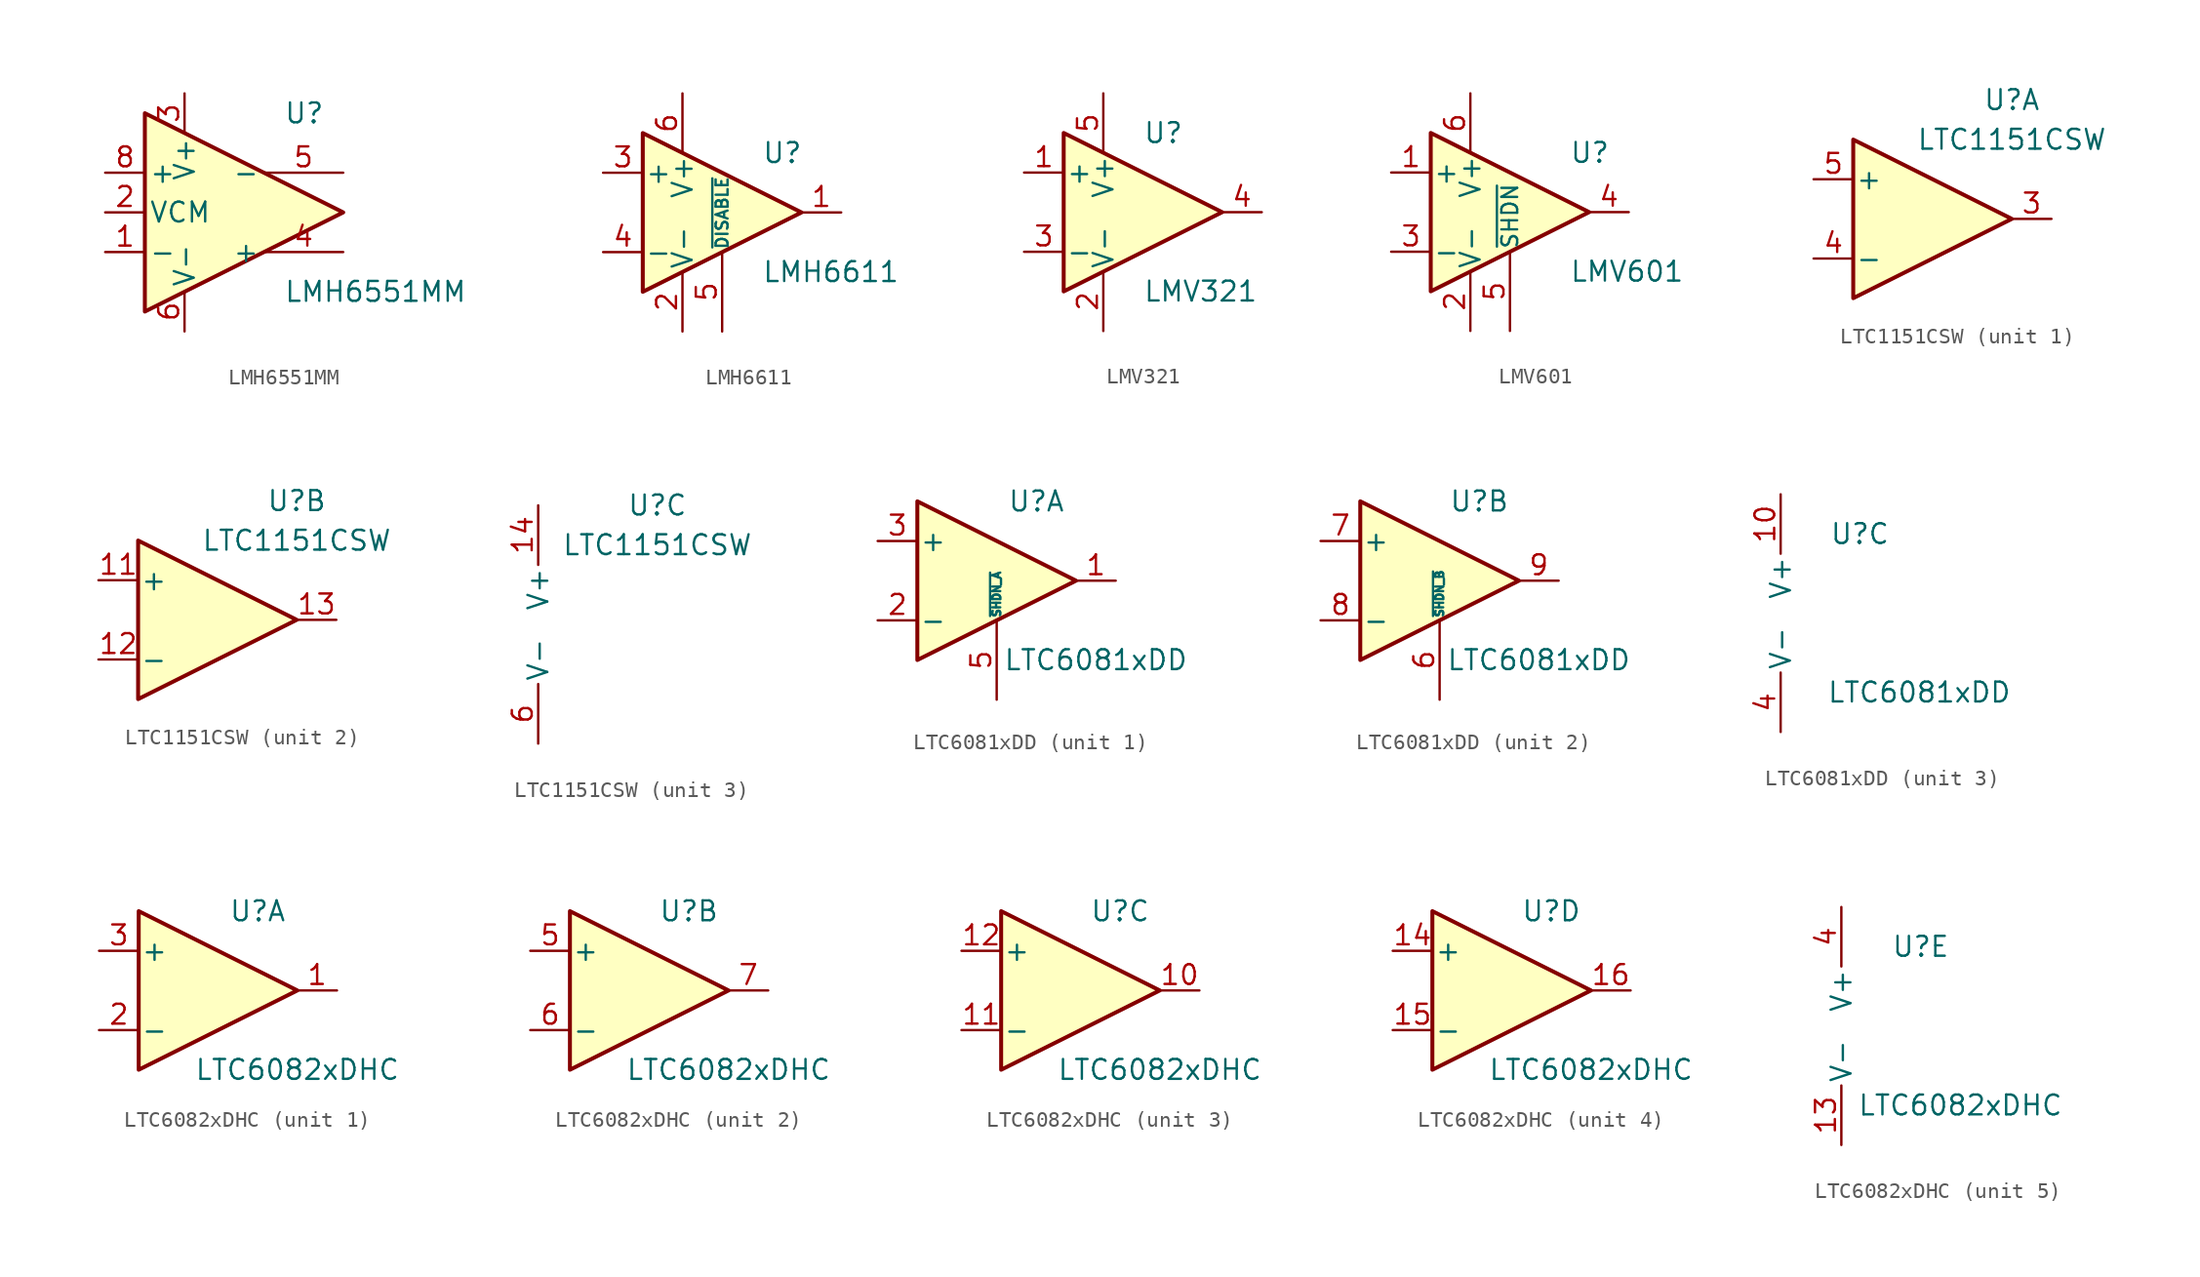
<source format=kicad_sym>
(kicad_symbol_lib
  (version 20231120)
  (generator "kicad_symbol_editor")
  (generator_version "8.0")
  (symbol "LMH6551MM"
    (pin_names
      (offset 0.254))
    (property "Reference" "U"
      (at 3.81 6.35 0)
      (effects (font (size 1.27 1.27)) (justify left)))
    (property "Value" "LMH6551MM"
      (at 3.81 -5.08 0)
      (effects (font (size 1.27 1.27)) (justify left)))
    (symbol "LMH6551MM_0_1"
      (polyline (pts (xy 7.62 0) (xy -5.08 6.35) (xy -5.08 -6.35) (xy 7.62 0)) (stroke (width 0.254) (type default)) (fill (type background))))
    (symbol "LMH6551MM_1_1"
      (pin input line (at -7.62 -2.54 0) (length 2.54) (name "-" (effects (font (size 1.27 1.27)))) (number "1" (effects (font (size 1.27 1.27)))))
      (pin input line (at -7.62 0 0) (length 2.54) (name "VCM" (effects (font (size 1.27 1.27)))) (number "2" (effects (font (size 1.27 1.27)))))
      (pin power_in line (at -2.54 7.62 270) (length 2.54) (name "V+" (effects (font (size 1.27 1.27)))) (number "3" (effects (font (size 1.27 1.27)))))
      (pin output line (at 7.62 -2.54 180) (length 5.08) (name "+" (effects (font (size 1.27 1.27)))) (number "4" (effects (font (size 1.27 1.27)))))
      (pin output line (at 7.62 2.54 180) (length 5.08) (name "-" (effects (font (size 1.27 1.27)))) (number "5" (effects (font (size 1.27 1.27)))))
      (pin power_in line (at -2.54 -7.62 90) (length 2.54) (name "V-" (effects (font (size 1.27 1.27)))) (number "6" (effects (font (size 1.27 1.27)))))
      (pin no_connect line (at 5.08 0 180) (length 2.54) hide (name "NC" (effects (font (size 1.27 1.27)))) (number "7" (effects (font (size 1.27 1.27)))))
      (pin input line (at -7.62 2.54 0) (length 2.54) (name "+" (effects (font (size 1.27 1.27)))) (number "8" (effects (font (size 1.27 1.27)))))))
  (symbol "LMH6611"
    (pin_names
      (offset 0.127))
    (property "Reference" "U"
      (at 2.54 3.81 0)
      (effects (font (size 1.27 1.27)) (justify left)))
    (property "Value" "LMH6611"
      (at 2.54 -3.81 0)
      (effects (font (size 1.27 1.27)) (justify left)))
    (symbol "LMH6611_0_1"
      (polyline (pts (xy -5.08 5.08) (xy 5.08 0) (xy -5.08 -5.08) (xy -5.08 5.08)) (stroke (width 0.254) (type default)) (fill (type background))))
    (symbol "LMH6611_1_1"
      (pin output line (at 7.62 0 180) (length 2.54) (name "~" (effects (font (size 1.27 1.27)))) (number "1" (effects (font (size 1.27 1.27)))))
      (pin power_in line (at -2.54 -7.62 90) (length 3.81) (name "V-" (effects (font (size 1.27 1.27)))) (number "2" (effects (font (size 1.27 1.27)))))
      (pin input line (at -7.62 2.54 0) (length 2.54) (name "+" (effects (font (size 1.27 1.27)))) (number "3" (effects (font (size 1.27 1.27)))))
      (pin input line (at -7.62 -2.54 0) (length 2.54) (name "-" (effects (font (size 1.27 1.27)))) (number "4" (effects (font (size 1.27 1.27)))))
      (pin input line (at 0 -7.62 90) (length 5.08) (name "~{DISABLE}" (effects (font (size 0.762 0.762)))) (number "5" (effects (font (size 1.27 1.27)))))
      (pin power_in line (at -2.54 7.62 270) (length 3.81) (name "V+" (effects (font (size 1.27 1.27)))) (number "6" (effects (font (size 1.27 1.27)))))))
  (symbol "LMV321"
    (pin_names
      (offset 0.127))
    (property "Reference" "U"
      (at 0 5.08 0)
      (effects (font (size 1.27 1.27)) (justify left)))
    (property "Value" "LMV321"
      (at 0 -5.08 0)
      (effects (font (size 1.27 1.27)) (justify left)))
    (symbol "LMV321_0_1"
      (polyline (pts (xy -5.08 5.08) (xy 5.08 0) (xy -5.08 -5.08) (xy -5.08 5.08)) (stroke (width 0.254) (type default)) (fill (type background)))
      (pin power_in line (at -2.54 -7.62 90) (length 3.81) (name "V-" (effects (font (size 1.27 1.27)))) (number "2" (effects (font (size 1.27 1.27)))))
      (pin power_in line (at -2.54 7.62 270) (length 3.81) (name "V+" (effects (font (size 1.27 1.27)))) (number "5" (effects (font (size 1.27 1.27))))))
    (symbol "LMV321_1_1"
      (pin input line (at -7.62 2.54 0) (length 2.54) (name "+" (effects (font (size 1.27 1.27)))) (number "1" (effects (font (size 1.27 1.27)))))
      (pin input line (at -7.62 -2.54 0) (length 2.54) (name "-" (effects (font (size 1.27 1.27)))) (number "3" (effects (font (size 1.27 1.27)))))
      (pin output line (at 7.62 0 180) (length 2.54) (name "~" (effects (font (size 1.27 1.27)))) (number "4" (effects (font (size 1.27 1.27)))))))
  (symbol "LMV601"
    (pin_names
      (offset 0.127))
    (property "Reference" "U"
      (at 3.81 3.81 0)
      (effects (font (size 1.27 1.27)) (justify left)))
    (property "Value" "LMV601"
      (at 3.81 -3.81 0)
      (effects (font (size 1.27 1.27)) (justify left)))
    (symbol "LMV601_0_1"
      (polyline (pts (xy -5.08 5.08) (xy 5.08 0) (xy -5.08 -5.08) (xy -5.08 5.08)) (stroke (width 0.254) (type default)) (fill (type background))))
    (symbol "LMV601_1_1"
      (pin input line (at -7.62 2.54 0) (length 2.54) (name "+" (effects (font (size 1.27 1.27)))) (number "1" (effects (font (size 1.27 1.27)))))
      (pin power_in line (at -2.54 -7.62 90) (length 3.81) (name "V-" (effects (font (size 1.27 1.27)))) (number "2" (effects (font (size 1.27 1.27)))))
      (pin input line (at -7.62 -2.54 0) (length 2.54) (name "-" (effects (font (size 1.27 1.27)))) (number "3" (effects (font (size 1.27 1.27)))))
      (pin output line (at 7.62 0 180) (length 2.54) (name "~" (effects (font (size 1.27 1.27)))) (number "4" (effects (font (size 1.27 1.27)))))
      (pin input line (at 0 -7.62 90) (length 5.08) (name "~{SHDN}" (effects (font (size 1.016 1.016)))) (number "5" (effects (font (size 1.27 1.27)))))
      (pin power_in line (at -2.54 7.62 270) (length 3.81) (name "V+" (effects (font (size 1.27 1.27)))) (number "6" (effects (font (size 1.27 1.27)))))))
  (symbol "LTC1151CSW"
    (pin_names
      (offset 0.127))
    (property "Reference" "U"
      (at 5.08 7.62 0)
      (effects (font (size 1.27 1.27))))
    (property "Value" "LTC1151CSW"
      (at 5.08 5.08 0)
      (effects (font (size 1.27 1.27))))
    (property "ki_locked" ""
      (at 0 0 0)
      (effects (font (size 1.27 1.27))))
    (symbol "LTC1151CSW_1_1"
      (polyline (pts (xy -5.08 5.08) (xy -5.08 -5.08) (xy 5.08 0) (xy -5.08 5.08)) (stroke (width 0.254) (type default)) (fill (type background)))
      (pin no_connect line (at -2.54 -2.54 90) (length 2.54) hide (name "NC" (effects (font (size 1.27 1.27)))) (number "1" (effects (font (size 1.27 1.27)))))
      (pin no_connect line (at 0 -2.54 90) (length 2.54) hide (name "NC" (effects (font (size 1.27 1.27)))) (number "2" (effects (font (size 1.27 1.27)))))
      (pin output line (at 7.62 0 180) (length 2.54) (name "~" (effects (font (size 1.27 1.27)))) (number "3" (effects (font (size 1.27 1.27)))))
      (pin input line (at -7.62 -2.54 0) (length 2.54) (name "-" (effects (font (size 1.27 1.27)))) (number "4" (effects (font (size 1.27 1.27)))))
      (pin input line (at -7.62 2.54 0) (length 2.54) (name "+" (effects (font (size 1.27 1.27)))) (number "5" (effects (font (size 1.27 1.27)))))
      (pin no_connect line (at -2.54 2.54 270) (length 2.54) hide (name "NC" (effects (font (size 1.27 1.27)))) (number "7" (effects (font (size 1.27 1.27)))))
      (pin no_connect line (at 0 2.54 270) (length 2.54) hide (name "NC" (effects (font (size 1.27 1.27)))) (number "8" (effects (font (size 1.27 1.27))))))
    (symbol "LTC1151CSW_2_1"
      (polyline (pts (xy -5.08 5.08) (xy -5.08 -5.08) (xy 5.08 0) (xy -5.08 5.08)) (stroke (width 0.254) (type default)) (fill (type background)))
      (pin no_connect line (at 0 -2.54 90) (length 2.54) hide (name "NC" (effects (font (size 1.27 1.27)))) (number "10" (effects (font (size 1.27 1.27)))))
      (pin input line (at -7.62 2.54 0) (length 2.54) (name "+" (effects (font (size 1.27 1.27)))) (number "11" (effects (font (size 1.27 1.27)))))
      (pin input line (at -7.62 -2.54 0) (length 2.54) (name "-" (effects (font (size 1.27 1.27)))) (number "12" (effects (font (size 1.27 1.27)))))
      (pin output line (at 7.62 0 180) (length 2.54) (name "~" (effects (font (size 1.27 1.27)))) (number "13" (effects (font (size 1.27 1.27)))))
      (pin no_connect line (at -2.54 2.54 270) (length 2.54) hide (name "NC" (effects (font (size 1.27 1.27)))) (number "15" (effects (font (size 1.27 1.27)))))
      (pin no_connect line (at 0 2.54 270) (length 2.54) hide (name "NC" (effects (font (size 1.27 1.27)))) (number "16" (effects (font (size 1.27 1.27)))))
      (pin no_connect line (at -2.54 -2.54 90) (length 2.54) hide (name "NC" (effects (font (size 1.27 1.27)))) (number "9" (effects (font (size 1.27 1.27))))))
    (symbol "LTC1151CSW_3_1"
      (pin power_in line (at -2.54 7.62 270) (length 3.81) (name "V+" (effects (font (size 1.27 1.27)))) (number "14" (effects (font (size 1.27 1.27)))))
      (pin power_in line (at -2.54 -7.62 90) (length 3.81) (name "V-" (effects (font (size 1.27 1.27)))) (number "6" (effects (font (size 1.27 1.27)))))))
  (symbol "LTC6081xDD"
    (pin_names
      (offset 0.127))
    (property "Reference" "U"
      (at 2.54 5.08 0)
      (effects (font (size 1.27 1.27))))
    (property "Value" "LTC6081xDD"
      (at 6.35 -5.08 0)
      (effects (font (size 1.27 1.27))))
    (property "ki_locked" ""
      (at 0 0 0)
      (effects (font (size 1.27 1.27))))
    (symbol "LTC6081xDD_1_1"
      (polyline (pts (xy -5.08 5.08) (xy 5.08 0) (xy -5.08 -5.08) (xy -5.08 5.08)) (stroke (width 0.254) (type default)) (fill (type background)))
      (pin output line (at 7.62 0 180) (length 2.54) (name "~" (effects (font (size 1.27 1.27)))) (number "1" (effects (font (size 1.27 1.27)))))
      (pin input line (at -7.62 -2.54 0) (length 2.54) (name "-" (effects (font (size 1.27 1.27)))) (number "2" (effects (font (size 1.27 1.27)))))
      (pin input line (at -7.62 2.54 0) (length 2.54) (name "+" (effects (font (size 1.27 1.27)))) (number "3" (effects (font (size 1.27 1.27)))))
      (pin input line (at 0 -7.62 90) (length 5.08) (name "~{SHDN_A}" (effects (font (size 0.508 0.508)))) (number "5" (effects (font (size 1.27 1.27))))))
    (symbol "LTC6081xDD_2_1"
      (polyline (pts (xy -5.08 5.08) (xy 5.08 0) (xy -5.08 -5.08) (xy -5.08 5.08)) (stroke (width 0.254) (type default)) (fill (type background)))
      (pin input line (at 0 -7.62 90) (length 5.08) (name "~{SHDN_B}" (effects (font (size 0.508 0.508)))) (number "6" (effects (font (size 1.27 1.27)))))
      (pin input line (at -7.62 2.54 0) (length 2.54) (name "+" (effects (font (size 1.27 1.27)))) (number "7" (effects (font (size 1.27 1.27)))))
      (pin input line (at -7.62 -2.54 0) (length 2.54) (name "-" (effects (font (size 1.27 1.27)))) (number "8" (effects (font (size 1.27 1.27)))))
      (pin output line (at 7.62 0 180) (length 2.54) (name "~" (effects (font (size 1.27 1.27)))) (number "9" (effects (font (size 1.27 1.27))))))
    (symbol "LTC6081xDD_3_1"
      (pin power_in line (at -2.54 7.62 270) (length 3.81) (name "V+" (effects (font (size 1.27 1.27)))) (number "10" (effects (font (size 1.27 1.27)))))
      (pin passive line (at -2.54 -7.62 90) (length 3.81) hide (name "V-" (effects (font (size 1.27 1.27)))) (number "11" (effects (font (size 1.27 1.27)))))
      (pin power_in line (at -2.54 -7.62 90) (length 3.81) (name "V-" (effects (font (size 1.27 1.27)))) (number "4" (effects (font (size 1.27 1.27)))))))
  (symbol "LTC6082xDHC"
    (pin_names
      (offset 0.127))
    (property "Reference" "U"
      (at 2.54 5.08 0)
      (effects (font (size 1.27 1.27))))
    (property "Value" "LTC6082xDHC"
      (at 5.08 -5.08 0)
      (effects (font (size 1.27 1.27))))
    (property "ki_locked" ""
      (at 0 0 0)
      (effects (font (size 1.27 1.27))))
    (symbol "LTC6082xDHC_1_1"
      (polyline (pts (xy -5.08 5.08) (xy 5.08 0) (xy -5.08 -5.08) (xy -5.08 5.08)) (stroke (width 0.254) (type default)) (fill (type background)))
      (pin output line (at 7.62 0 180) (length 2.54) (name "~" (effects (font (size 1.27 1.27)))) (number "1" (effects (font (size 1.27 1.27)))))
      (pin input line (at -7.62 -2.54 0) (length 2.54) (name "-" (effects (font (size 1.27 1.27)))) (number "2" (effects (font (size 1.27 1.27)))))
      (pin input line (at -7.62 2.54 0) (length 2.54) (name "+" (effects (font (size 1.27 1.27)))) (number "3" (effects (font (size 1.27 1.27)))))
      (pin no_connect line (at -2.54 -2.54 90) (length 2.54) hide (name "NC" (effects (font (size 1.27 1.27)))) (number "8" (effects (font (size 1.27 1.27)))))
      (pin no_connect line (at 0 -2.54 90) (length 2.54) hide (name "NC" (effects (font (size 1.27 1.27)))) (number "9" (effects (font (size 1.27 1.27))))))
    (symbol "LTC6082xDHC_2_1"
      (polyline (pts (xy -5.08 5.08) (xy 5.08 0) (xy -5.08 -5.08) (xy -5.08 5.08)) (stroke (width 0.254) (type default)) (fill (type background)))
      (pin input line (at -7.62 2.54 0) (length 2.54) (name "+" (effects (font (size 1.27 1.27)))) (number "5" (effects (font (size 1.27 1.27)))))
      (pin input line (at -7.62 -2.54 0) (length 2.54) (name "-" (effects (font (size 1.27 1.27)))) (number "6" (effects (font (size 1.27 1.27)))))
      (pin output line (at 7.62 0 180) (length 2.54) (name "~" (effects (font (size 1.27 1.27)))) (number "7" (effects (font (size 1.27 1.27))))))
    (symbol "LTC6082xDHC_3_1"
      (polyline (pts (xy -5.08 5.08) (xy 5.08 0) (xy -5.08 -5.08) (xy -5.08 5.08)) (stroke (width 0.254) (type default)) (fill (type background)))
      (pin output line (at 7.62 0 180) (length 2.54) (name "~" (effects (font (size 1.27 1.27)))) (number "10" (effects (font (size 1.27 1.27)))))
      (pin input line (at -7.62 -2.54 0) (length 2.54) (name "-" (effects (font (size 1.27 1.27)))) (number "11" (effects (font (size 1.27 1.27)))))
      (pin input line (at -7.62 2.54 0) (length 2.54) (name "+" (effects (font (size 1.27 1.27)))) (number "12" (effects (font (size 1.27 1.27))))))
    (symbol "LTC6082xDHC_4_1"
      (polyline (pts (xy -5.08 5.08) (xy 5.08 0) (xy -5.08 -5.08) (xy -5.08 5.08)) (stroke (width 0.254) (type default)) (fill (type background)))
      (pin input line (at -7.62 2.54 0) (length 2.54) (name "+" (effects (font (size 1.27 1.27)))) (number "14" (effects (font (size 1.27 1.27)))))
      (pin input line (at -7.62 -2.54 0) (length 2.54) (name "-" (effects (font (size 1.27 1.27)))) (number "15" (effects (font (size 1.27 1.27)))))
      (pin output line (at 7.62 0 180) (length 2.54) (name "~" (effects (font (size 1.27 1.27)))) (number "16" (effects (font (size 1.27 1.27))))))
    (symbol "LTC6082xDHC_5_1"
      (pin power_in line (at -2.54 -7.62 90) (length 3.81) (name "V-" (effects (font (size 1.27 1.27)))) (number "13" (effects (font (size 1.27 1.27)))))
      (pin passive line (at -2.54 -7.62 90) (length 3.81) hide (name "V-" (effects (font (size 1.27 1.27)))) (number "17" (effects (font (size 1.27 1.27)))))
      (pin power_in line (at -2.54 7.62 270) (length 3.81) (name "V+" (effects (font (size 1.27 1.27)))) (number "4" (effects (font (size 1.27 1.27))))))))
</source>
